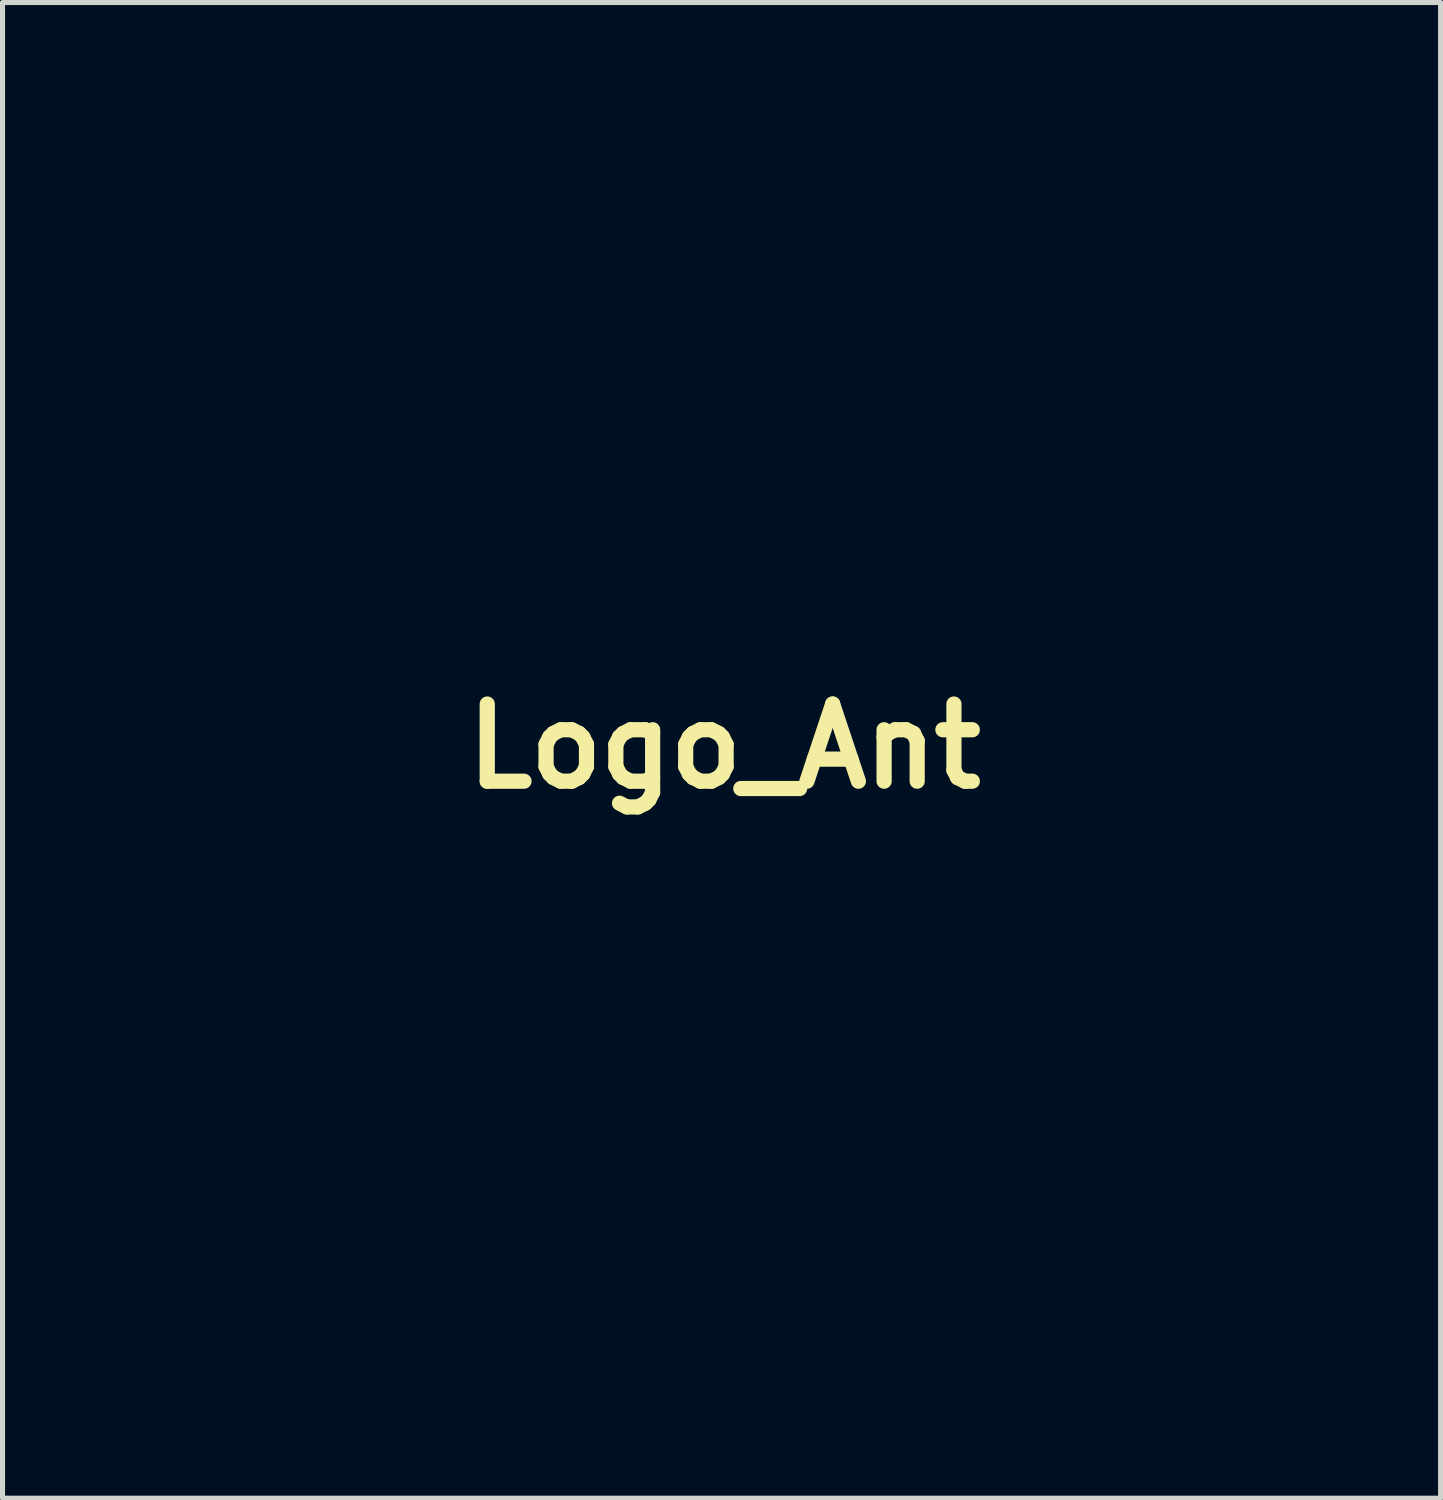
<source format=kicad_pcb>
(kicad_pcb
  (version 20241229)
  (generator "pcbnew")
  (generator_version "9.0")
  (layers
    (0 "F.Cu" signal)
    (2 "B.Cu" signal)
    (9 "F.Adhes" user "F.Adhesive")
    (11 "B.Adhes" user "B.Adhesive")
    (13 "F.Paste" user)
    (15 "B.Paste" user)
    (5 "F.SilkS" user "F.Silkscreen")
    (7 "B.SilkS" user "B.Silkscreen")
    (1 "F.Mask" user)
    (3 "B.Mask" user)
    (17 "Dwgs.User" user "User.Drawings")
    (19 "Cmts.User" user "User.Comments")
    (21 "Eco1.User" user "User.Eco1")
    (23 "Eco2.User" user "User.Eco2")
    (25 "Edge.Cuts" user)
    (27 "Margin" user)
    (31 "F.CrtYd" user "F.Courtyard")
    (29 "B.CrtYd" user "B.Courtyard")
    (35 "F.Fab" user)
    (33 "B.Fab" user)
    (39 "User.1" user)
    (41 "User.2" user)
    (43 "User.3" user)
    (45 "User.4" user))
  (footprint "Logo_Ant"
    (layer "F.Cu")
    (at 11.254 11.689)
    (property "Reference" "Logo_Ant" (at 0 0 0) (layer "F.SilkS") (effects (font (size 1.524 1.524) (thickness 0.3))))
    (attr through_hole)
    (fp_poly (pts (xy -1.302 5.422) (xy -1.3 5.425) (xy -1.197 5.767) (xy -1.496 6.183) (xy -1.591 6.271) (xy -2.67 7.038) (xy -3.819 7.393) (xy -5.194 7.382) (xy -5.334 7.365) (xy -6.365 7.141) (xy -7.279 6.785) (xy -7.985 6.354) (xy -8.391 5.907) (xy -8.407 5.5) (xy -8.366 5.441) (xy -8.11 5.295) (xy -7.67 5.362) (xy -6.928 5.662) (xy -6.779 5.731) (xy -5.426 6.218) (xy -4.247 6.296) (xy -3.116 5.965) (xy -2.653 5.72) (xy -1.966 5.357) (xy -1.559 5.267) (xy -1.302 5.422)) (stroke (width 0.01) (type solid)) (fill no) (layer "Eco2.User"))
    (fp_poly (pts (xy 10.645 -11.659) (xy 11.039 -11.562) (xy 11.142 -11.354) (xy 11.13 -11.252) (xy 10.964 -11.008) (xy 10.516 -10.813) (xy 9.699 -10.636) (xy 8.991 -10.526) (xy 6.707 -10.015) (xy 4.76 -9.193) (xy 3.183 -8.077) (xy 2.008 -6.688) (xy 1.837 -6.401) (xy 1.262 -5.378) (xy 2.516 -4.961) (xy 3.836 -4.315) (xy 5.14 -3.311) (xy 6.275 -2.08) (xy 6.799 -1.308) (xy 7.131 -0.692) (xy 7.337 -0.121) (xy 7.446 0.558) (xy 7.488 1.496) (xy 7.493 2.286) (xy 7.477 3.48) (xy 7.406 4.337) (xy 7.249 5.024) (xy 6.972 5.712) (xy 6.741 6.183) (xy 5.565 7.972) (xy 4.042 9.467) (xy 2.252 10.634) (xy 0.275 11.438) (xy -1.808 11.845) (xy -3.918 11.822) (xy -5.626 11.452) (xy -7.5 10.612) (xy -9.027 9.435) (xy -10.178 7.978) (xy -10.928 6.298) (xy -11.249 4.451) (xy -11.212 3.921) (xy -10.152 3.921) (xy -9.968 5.732) (xy -9.907 5.965) (xy -9.435 7.023) (xy -8.66 8.138) (xy -7.728 9.132) (xy -6.783 9.824) (xy -6.765 9.833) (xy -5.005 10.486) (xy -3.052 10.738) (xy -1.031 10.586) (xy 0.686 10.119) (xy 2.451 9.245) (xy 3.927 8.09) (xy 5.095 6.718) (xy 5.937 5.195) (xy 6.431 3.586) (xy 6.56 1.956) (xy 6.303 0.371) (xy 5.642 -1.105) (xy 4.555 -2.407) (xy 4.457 -2.496) (xy 3.012 -3.544) (xy 1.57 -4.133) (xy 1.492 -4.152) (xy 1.015 -4.202) (xy 0.779 -3.958) (xy 0.666 -3.521) (xy 0.535 -2.638) (xy 0.618 -2.066) (xy 0.971 -1.635) (xy 1.376 -1.347) (xy 2.227 -0.529) (xy 2.627 0.496) (xy 2.554 1.665) (xy 2.483 1.904) (xy 1.93 2.901) (xy 1.124 3.559) (xy 0.175 3.861) (xy -0.805 3.791) (xy -1.705 3.333) (xy -2.334 2.61) (xy -2.622 2.183) (xy -2.78 2.168) (xy -2.891 2.436) (xy -3.235 2.931) (xy -3.859 3.461) (xy -4.565 3.885) (xy -5.157 4.064) (xy -5.167 4.064) (xy -6.067 3.874) (xy -6.961 3.391) (xy -7.626 2.744) (xy -7.73 2.573) (xy -7.783 2.406) (xy -6.5 2.406) (xy -6.34 2.551) (xy -5.564 2.778) (xy -4.727 2.646) (xy -4.275 2.374) (xy -4.115 2.097) (xy -1.479 2.097) (xy -1.304 2.307) (xy -1.158 2.421) (xy -0.336 2.764) (xy 0.502 2.641) (xy 1.016 2.286) (xy 1.398 1.645) (xy 1.524 1.016) (xy 1.351 0.295) (xy 0.922 -0.342) (xy 0.373 -0.721) (xy 0.143 -0.762) (xy -0.091 -0.63) (xy -0.118 -0.165) (xy -0.077 0.133) (xy -0.117 0.976) (xy -0.467 1.65) (xy -1.038 2.013) (xy -1.246 2.04) (xy -1.479 2.097) (xy -4.115 2.097) (xy -3.945 1.8) (xy -3.813 1.016) (xy -3.91 0.291) (xy -4.004 0.102) (xy -4.34 -0.202) (xy -4.862 -0.534) (xy -5.323 -0.745) (xy -5.42 -0.762) (xy -5.466 -0.54) (xy -5.433 0.014) (xy -5.409 0.214) (xy -5.376 0.914) (xy -5.583 1.377) (xy -5.995 1.753) (xy -6.44 2.155) (xy -6.5 2.406) (xy -7.783 2.406) (xy -8.107 1.378) (xy -7.981 0.242) (xy -7.4 -0.764) (xy -6.851 -1.329) (xy -6.5 -1.49) (xy -3.77 -1.49) (xy -3.622 -1.131) (xy -3.304 -0.749) (xy -2.877 -0.311) (xy -2.641 -0.23) (xy -2.467 -0.467) (xy -2.449 -0.504) (xy -2.088 -0.926) (xy -1.483 -1.365) (xy -1.369 -1.43) (xy -0.778 -1.833) (xy -0.525 -2.328) (xy -0.47 -2.852) (xy -0.438 -3.566) (xy -0.41 -4.078) (xy -0.406 -4.128) (xy -0.615 -4.31) (xy -1.196 -4.382) (xy -2.025 -4.34) (xy -2.98 -4.183) (xy -3.005 -4.177) (xy -3.381 -4.035) (xy -3.505 -3.737) (xy -3.441 -3.118) (xy -3.432 -3.065) (xy -3.393 -2.219) (xy -3.604 -1.77) (xy -3.77 -1.49) (xy -6.5 -1.49) (xy -6.301 -1.582) (xy -5.522 -1.643) (xy -4.372 -1.651) (xy -4.508 -2.54) (xy -4.619 -3.156) (xy -4.713 -3.506) (xy -4.723 -3.523) (xy -4.997 -3.489) (xy -5.539 -3.202) (xy -6.236 -2.74) (xy -6.973 -2.184) (xy -7.635 -1.612) (xy -7.948 -1.296) (xy -9.121 0.33) (xy -9.863 2.095) (xy -10.152 3.921) (xy -11.212 3.921) (xy -11.113 2.495) (xy -10.658 0.889) (xy -10.018 -0.328) (xy -9.051 -1.615) (xy -7.889 -2.83) (xy -6.664 -3.827) (xy -5.917 -4.28) (xy -5.28 -4.636) (xy -5.009 -4.931) (xy -5.007 -5.311) (xy -5.07 -5.554) (xy -5.738 -7.226) (xy -6.662 -8.557) (xy -7.796 -9.497) (xy -9.094 -9.997) (xy -9.315 -10.033) (xy -10.301 -10.182) (xy -10.87 -10.322) (xy -11.113 -10.489) (xy -11.118 -10.718) (xy -11.114 -10.732) (xy -10.818 -10.938) (xy -10.186 -11.09) (xy -9.839 -11.126) (xy -8.448 -10.975) (xy -7.089 -10.378) (xy -5.954 -9.462) (xy -5.531 -8.914) (xy -5.033 -8.114) (xy -4.537 -7.209) (xy -4.119 -6.346) (xy -3.859 -5.671) (xy -3.81 -5.415) (xy -3.658 -5.242) (xy -3.15 -5.307) (xy -2.986 -5.352) (xy -2.199 -5.501) (xy -1.25 -5.583) (xy -0.985 -5.588) (xy -0.245 -5.621) (xy 0.167 -5.784) (xy 0.429 -6.17) (xy 0.523 -6.385) (xy 0.984 -7.152) (xy 1.741 -8.065) (xy 2.666 -8.993) (xy 3.627 -9.806) (xy 4.494 -10.374) (xy 4.51 -10.383) (xy 6.107 -11.028) (xy 7.901 -11.482) (xy 9.621 -11.68) (xy 9.851 -11.684) (xy 10.645 -11.659)) (stroke (width 0.01) (type solid)) (fill no) (layer "Eco2.User")))
  (gr_rect
    (start -3 -3)
    (end 25.401 26.539)
    (stroke (width 0.1) (type default))
    (fill no)
    (layer "Edge.Cuts")))
</source>
